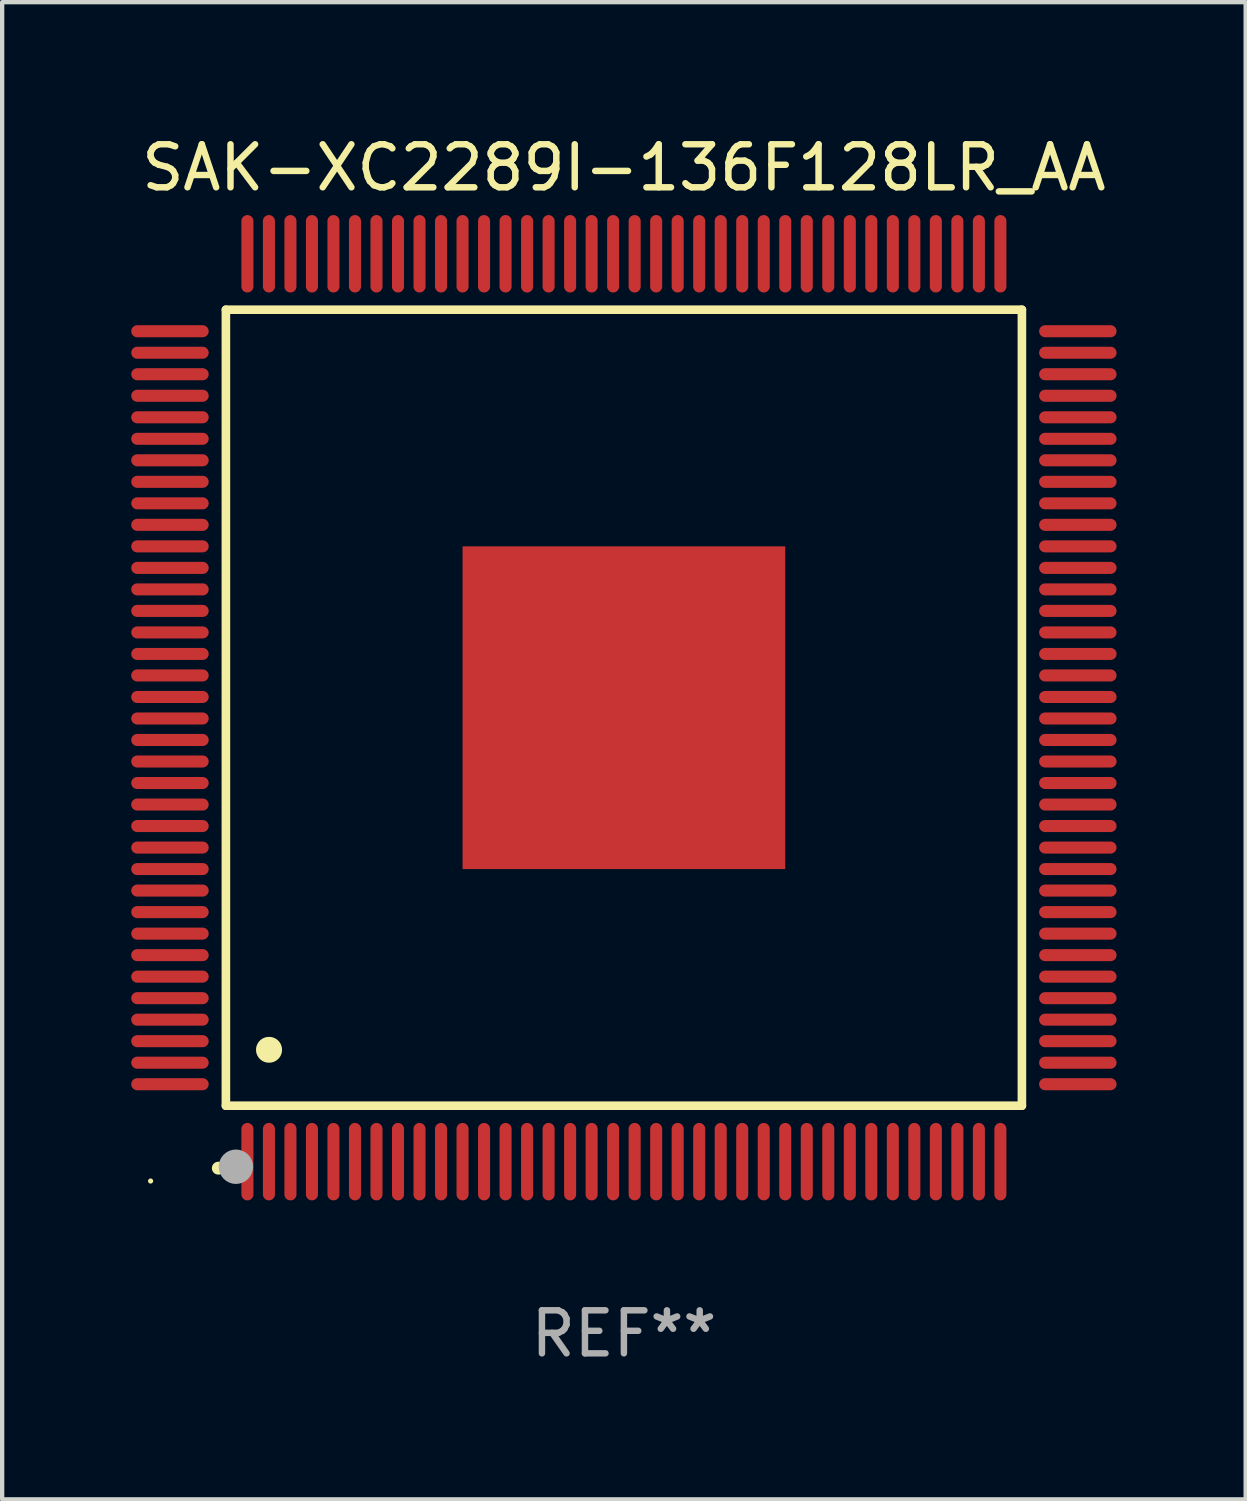
<source format=kicad_pcb>
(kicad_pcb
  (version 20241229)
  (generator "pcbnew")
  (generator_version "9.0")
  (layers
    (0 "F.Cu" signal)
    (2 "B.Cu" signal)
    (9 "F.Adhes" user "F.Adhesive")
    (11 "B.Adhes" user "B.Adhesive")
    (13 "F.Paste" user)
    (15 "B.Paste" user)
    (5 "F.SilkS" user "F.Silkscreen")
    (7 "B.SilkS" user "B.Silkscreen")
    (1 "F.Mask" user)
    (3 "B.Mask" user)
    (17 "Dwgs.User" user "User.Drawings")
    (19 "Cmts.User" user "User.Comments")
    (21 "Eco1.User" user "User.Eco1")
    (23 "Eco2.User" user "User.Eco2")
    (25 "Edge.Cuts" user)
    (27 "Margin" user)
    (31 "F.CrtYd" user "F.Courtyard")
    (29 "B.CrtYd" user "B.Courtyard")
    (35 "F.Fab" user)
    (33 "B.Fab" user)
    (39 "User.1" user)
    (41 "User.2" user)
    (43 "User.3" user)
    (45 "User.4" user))
  (footprint "SAK-XC2289I-136F128LR_AA"
    (layer "F.Cu")
    (at 11.45 13.398)
    (property "Reference" "SAK-XC2289I-136F128LR_AA" (at 0 -12.55 0) (layer "F.SilkS") (effects (font (size 1 1) (thickness 0.15))))
    (attr through_hole)
    (fp_line (start -9.25 -9.25) (end 9.25 -9.25) (stroke (width 0.2) (type solid)) (layer "F.SilkS"))
    (fp_line (start -9.25 9.25) (end -9.25 -9.25) (stroke (width 0.2) (type solid)) (layer "F.SilkS"))
    (fp_line (start 9.25 -9.25) (end 9.25 9.25) (stroke (width 0.2) (type solid)) (layer "F.SilkS"))
    (fp_line (start 9.25 9.25) (end -9.25 9.25) (stroke (width 0.2) (type solid)) (layer "F.SilkS"))
    (fp_arc (start -9.425959 10.701041) (mid -9.424689 10.701036) (end -9.423419 10.701041) (stroke (width 0.3) (type solid)) (layer "F.SilkS"))
    (fp_arc (start -8.249936 7.950216) (mid -8.247396 7.950205) (end -8.244856 7.950216) (stroke (width 0.6) (type solid)) (layer "F.SilkS"))
    (fp_circle (center -11 11) (end -10.97 11) (stroke (width 0.06) (type solid)) (fill no) (layer "F.SilkS"))
    (fp_circle (center -9.017 10.668) (end -8.817 10.668) (stroke (width 0.4) (type solid)) (fill no) (layer "F.Fab"))
    (fp_text user "REF**" (at 0 14.55 0) (layer "F.Fab") (effects (font (size 1 1) (thickness 0.15))))
    (pad "1" smd oval (at -8.75 10.55 180) (size 0.28 1.8) (layers "F.Cu" "F.Mask" "F.Paste"))
    (pad "2" smd oval (at -8.25 10.55 180) (size 0.28 1.8) (layers "F.Cu" "F.Mask" "F.Paste"))
    (pad "3" smd oval (at -7.75 10.55 180) (size 0.28 1.8) (layers "F.Cu" "F.Mask" "F.Paste"))
    (pad "4" smd oval (at -7.25 10.55 180) (size 0.28 1.8) (layers "F.Cu" "F.Mask" "F.Paste"))
    (pad "5" smd oval (at -6.75 10.55 180) (size 0.28 1.8) (layers "F.Cu" "F.Mask" "F.Paste"))
    (pad "6" smd oval (at -6.25 10.55 180) (size 0.28 1.8) (layers "F.Cu" "F.Mask" "F.Paste"))
    (pad "7" smd oval (at -5.75 10.55 180) (size 0.28 1.8) (layers "F.Cu" "F.Mask" "F.Paste"))
    (pad "8" smd oval (at -5.25 10.55 180) (size 0.28 1.8) (layers "F.Cu" "F.Mask" "F.Paste"))
    (pad "9" smd oval (at -4.75 10.55 180) (size 0.28 1.8) (layers "F.Cu" "F.Mask" "F.Paste"))
    (pad "10" smd oval (at -4.25 10.55 180) (size 0.28 1.8) (layers "F.Cu" "F.Mask" "F.Paste"))
    (pad "11" smd oval (at -3.75 10.55 180) (size 0.28 1.8) (layers "F.Cu" "F.Mask" "F.Paste"))
    (pad "12" smd oval (at -3.25 10.55 180) (size 0.28 1.8) (layers "F.Cu" "F.Mask" "F.Paste"))
    (pad "13" smd oval (at -2.75 10.55 180) (size 0.28 1.8) (layers "F.Cu" "F.Mask" "F.Paste"))
    (pad "14" smd oval (at -2.25 10.55 180) (size 0.28 1.8) (layers "F.Cu" "F.Mask" "F.Paste"))
    (pad "15" smd oval (at -1.75 10.55 180) (size 0.28 1.8) (layers "F.Cu" "F.Mask" "F.Paste"))
    (pad "16" smd oval (at -1.25 10.55 180) (size 0.28 1.8) (layers "F.Cu" "F.Mask" "F.Paste"))
    (pad "17" smd oval (at -0.75 10.55 180) (size 0.28 1.8) (layers "F.Cu" "F.Mask" "F.Paste"))
    (pad "18" smd oval (at -0.25 10.55 180) (size 0.28 1.8) (layers "F.Cu" "F.Mask" "F.Paste"))
    (pad "19" smd oval (at 0.25 10.55 180) (size 0.28 1.8) (layers "F.Cu" "F.Mask" "F.Paste"))
    (pad "20" smd oval (at 0.75 10.55 180) (size 0.28 1.8) (layers "F.Cu" "F.Mask" "F.Paste"))
    (pad "21" smd oval (at 1.25 10.55 180) (size 0.28 1.8) (layers "F.Cu" "F.Mask" "F.Paste"))
    (pad "22" smd oval (at 1.75 10.55 180) (size 0.28 1.8) (layers "F.Cu" "F.Mask" "F.Paste"))
    (pad "23" smd oval (at 2.25 10.55 180) (size 0.28 1.8) (layers "F.Cu" "F.Mask" "F.Paste"))
    (pad "24" smd oval (at 2.75 10.55 180) (size 0.28 1.8) (layers "F.Cu" "F.Mask" "F.Paste"))
    (pad "25" smd oval (at 3.25 10.55 180) (size 0.28 1.8) (layers "F.Cu" "F.Mask" "F.Paste"))
    (pad "26" smd oval (at 3.75 10.55 180) (size 0.28 1.8) (layers "F.Cu" "F.Mask" "F.Paste"))
    (pad "27" smd oval (at 4.25 10.55 180) (size 0.28 1.8) (layers "F.Cu" "F.Mask" "F.Paste"))
    (pad "28" smd oval (at 4.75 10.55 180) (size 0.28 1.8) (layers "F.Cu" "F.Mask" "F.Paste"))
    (pad "29" smd oval (at 5.25 10.55 180) (size 0.28 1.8) (layers "F.Cu" "F.Mask" "F.Paste"))
    (pad "30" smd oval (at 5.75 10.55 180) (size 0.28 1.8) (layers "F.Cu" "F.Mask" "F.Paste"))
    (pad "31" smd oval (at 6.25 10.55 180) (size 0.28 1.8) (layers "F.Cu" "F.Mask" "F.Paste"))
    (pad "32" smd oval (at 6.75 10.55 180) (size 0.28 1.8) (layers "F.Cu" "F.Mask" "F.Paste"))
    (pad "33" smd oval (at 7.25 10.55 180) (size 0.28 1.8) (layers "F.Cu" "F.Mask" "F.Paste"))
    (pad "34" smd oval (at 7.75 10.55 180) (size 0.28 1.8) (layers "F.Cu" "F.Mask" "F.Paste"))
    (pad "35" smd oval (at 8.25 10.55 180) (size 0.28 1.8) (layers "F.Cu" "F.Mask" "F.Paste"))
    (pad "36" smd oval (at 8.75 10.55 180) (size 0.28 1.8) (layers "F.Cu" "F.Mask" "F.Paste"))
    (pad "37" smd oval (at 10.55 8.75 90) (size 0.28 1.8) (layers "F.Cu" "F.Mask" "F.Paste"))
    (pad "38" smd oval (at 10.55 8.25 90) (size 0.28 1.8) (layers "F.Cu" "F.Mask" "F.Paste"))
    (pad "39" smd oval (at 10.55 7.75 90) (size 0.28 1.8) (layers "F.Cu" "F.Mask" "F.Paste"))
    (pad "40" smd oval (at 10.55 7.25 90) (size 0.28 1.8) (layers "F.Cu" "F.Mask" "F.Paste"))
    (pad "41" smd oval (at 10.55 6.75 90) (size 0.28 1.8) (layers "F.Cu" "F.Mask" "F.Paste"))
    (pad "42" smd oval (at 10.55 6.25 90) (size 0.28 1.8) (layers "F.Cu" "F.Mask" "F.Paste"))
    (pad "43" smd oval (at 10.55 5.75 90) (size 0.28 1.8) (layers "F.Cu" "F.Mask" "F.Paste"))
    (pad "44" smd oval (at 10.55 5.25 90) (size 0.28 1.8) (layers "F.Cu" "F.Mask" "F.Paste"))
    (pad "45" smd oval (at 10.55 4.75 90) (size 0.28 1.8) (layers "F.Cu" "F.Mask" "F.Paste"))
    (pad "46" smd oval (at 10.55 4.25 90) (size 0.28 1.8) (layers "F.Cu" "F.Mask" "F.Paste"))
    (pad "47" smd oval (at 10.55 3.75 90) (size 0.28 1.8) (layers "F.Cu" "F.Mask" "F.Paste"))
    (pad "48" smd oval (at 10.55 3.25 90) (size 0.28 1.8) (layers "F.Cu" "F.Mask" "F.Paste"))
    (pad "49" smd oval (at 10.55 2.75 90) (size 0.28 1.8) (layers "F.Cu" "F.Mask" "F.Paste"))
    (pad "50" smd oval (at 10.55 2.25 90) (size 0.28 1.8) (layers "F.Cu" "F.Mask" "F.Paste"))
    (pad "51" smd oval (at 10.55 1.75 90) (size 0.28 1.8) (layers "F.Cu" "F.Mask" "F.Paste"))
    (pad "52" smd oval (at 10.55 1.25 90) (size 0.28 1.8) (layers "F.Cu" "F.Mask" "F.Paste"))
    (pad "53" smd oval (at 10.55 0.75 90) (size 0.28 1.8) (layers "F.Cu" "F.Mask" "F.Paste"))
    (pad "54" smd oval (at 10.55 0.25 90) (size 0.28 1.8) (layers "F.Cu" "F.Mask" "F.Paste"))
    (pad "55" smd oval (at 10.55 -0.25 90) (size 0.28 1.8) (layers "F.Cu" "F.Mask" "F.Paste"))
    (pad "56" smd oval (at 10.55 -0.75 90) (size 0.28 1.8) (layers "F.Cu" "F.Mask" "F.Paste"))
    (pad "57" smd oval (at 10.55 -1.25 90) (size 0.28 1.8) (layers "F.Cu" "F.Mask" "F.Paste"))
    (pad "58" smd oval (at 10.55 -1.75 90) (size 0.28 1.8) (layers "F.Cu" "F.Mask" "F.Paste"))
    (pad "59" smd oval (at 10.55 -2.25 90) (size 0.28 1.8) (layers "F.Cu" "F.Mask" "F.Paste"))
    (pad "60" smd oval (at 10.55 -2.75 90) (size 0.28 1.8) (layers "F.Cu" "F.Mask" "F.Paste"))
    (pad "61" smd oval (at 10.55 -3.25 90) (size 0.28 1.8) (layers "F.Cu" "F.Mask" "F.Paste"))
    (pad "62" smd oval (at 10.55 -3.75 90) (size 0.28 1.8) (layers "F.Cu" "F.Mask" "F.Paste"))
    (pad "63" smd oval (at 10.55 -4.25 90) (size 0.28 1.8) (layers "F.Cu" "F.Mask" "F.Paste"))
    (pad "64" smd oval (at 10.55 -4.75 90) (size 0.28 1.8) (layers "F.Cu" "F.Mask" "F.Paste"))
    (pad "65" smd oval (at 10.55 -5.25 90) (size 0.28 1.8) (layers "F.Cu" "F.Mask" "F.Paste"))
    (pad "66" smd oval (at 10.55 -5.75 90) (size 0.28 1.8) (layers "F.Cu" "F.Mask" "F.Paste"))
    (pad "67" smd oval (at 10.55 -6.25 90) (size 0.28 1.8) (layers "F.Cu" "F.Mask" "F.Paste"))
    (pad "68" smd oval (at 10.55 -6.75 90) (size 0.28 1.8) (layers "F.Cu" "F.Mask" "F.Paste"))
    (pad "69" smd oval (at 10.55 -7.25 90) (size 0.28 1.8) (layers "F.Cu" "F.Mask" "F.Paste"))
    (pad "70" smd oval (at 10.55 -7.75 90) (size 0.28 1.8) (layers "F.Cu" "F.Mask" "F.Paste"))
    (pad "71" smd oval (at 10.55 -8.25 90) (size 0.28 1.8) (layers "F.Cu" "F.Mask" "F.Paste"))
    (pad "72" smd oval (at 10.55 -8.75 90) (size 0.28 1.8) (layers "F.Cu" "F.Mask" "F.Paste"))
    (pad "73" smd oval (at 8.75 -10.55 180) (size 0.28 1.8) (layers "F.Cu" "F.Mask" "F.Paste"))
    (pad "74" smd oval (at 8.25 -10.55 180) (size 0.28 1.8) (layers "F.Cu" "F.Mask" "F.Paste"))
    (pad "75" smd oval (at 7.75 -10.55 180) (size 0.28 1.8) (layers "F.Cu" "F.Mask" "F.Paste"))
    (pad "76" smd oval (at 7.25 -10.55 180) (size 0.28 1.8) (layers "F.Cu" "F.Mask" "F.Paste"))
    (pad "77" smd oval (at 6.75 -10.55 180) (size 0.28 1.8) (layers "F.Cu" "F.Mask" "F.Paste"))
    (pad "78" smd oval (at 6.25 -10.55 180) (size 0.28 1.8) (layers "F.Cu" "F.Mask" "F.Paste"))
    (pad "79" smd oval (at 5.75 -10.55 180) (size 0.28 1.8) (layers "F.Cu" "F.Mask" "F.Paste"))
    (pad "80" smd oval (at 5.25 -10.55 180) (size 0.28 1.8) (layers "F.Cu" "F.Mask" "F.Paste"))
    (pad "81" smd oval (at 4.75 -10.55 180) (size 0.28 1.8) (layers "F.Cu" "F.Mask" "F.Paste"))
    (pad "82" smd oval (at 4.25 -10.55 180) (size 0.28 1.8) (layers "F.Cu" "F.Mask" "F.Paste"))
    (pad "83" smd oval (at 3.75 -10.55 180) (size 0.28 1.8) (layers "F.Cu" "F.Mask" "F.Paste"))
    (pad "84" smd oval (at 3.25 -10.55 180) (size 0.28 1.8) (layers "F.Cu" "F.Mask" "F.Paste"))
    (pad "85" smd oval (at 2.75 -10.55 180) (size 0.28 1.8) (layers "F.Cu" "F.Mask" "F.Paste"))
    (pad "86" smd oval (at 2.25 -10.55 180) (size 0.28 1.8) (layers "F.Cu" "F.Mask" "F.Paste"))
    (pad "87" smd oval (at 1.75 -10.55 180) (size 0.28 1.8) (layers "F.Cu" "F.Mask" "F.Paste"))
    (pad "88" smd oval (at 1.25 -10.55 180) (size 0.28 1.8) (layers "F.Cu" "F.Mask" "F.Paste"))
    (pad "89" smd oval (at 0.75 -10.55 180) (size 0.28 1.8) (layers "F.Cu" "F.Mask" "F.Paste"))
    (pad "90" smd oval (at 0.25 -10.55 180) (size 0.28 1.8) (layers "F.Cu" "F.Mask" "F.Paste"))
    (pad "91" smd oval (at -0.25 -10.55 180) (size 0.28 1.8) (layers "F.Cu" "F.Mask" "F.Paste"))
    (pad "92" smd oval (at -0.75 -10.55 180) (size 0.28 1.8) (layers "F.Cu" "F.Mask" "F.Paste"))
    (pad "93" smd oval (at -1.25 -10.55 180) (size 0.28 1.8) (layers "F.Cu" "F.Mask" "F.Paste"))
    (pad "94" smd oval (at -1.75 -10.55 180) (size 0.28 1.8) (layers "F.Cu" "F.Mask" "F.Paste"))
    (pad "95" smd oval (at -2.25 -10.55 180) (size 0.28 1.8) (layers "F.Cu" "F.Mask" "F.Paste"))
    (pad "96" smd oval (at -2.75 -10.55 180) (size 0.28 1.8) (layers "F.Cu" "F.Mask" "F.Paste"))
    (pad "97" smd oval (at -3.25 -10.55 180) (size 0.28 1.8) (layers "F.Cu" "F.Mask" "F.Paste"))
    (pad "98" smd oval (at -3.75 -10.55 180) (size 0.28 1.8) (layers "F.Cu" "F.Mask" "F.Paste"))
    (pad "99" smd oval (at -4.25 -10.55 180) (size 0.28 1.8) (layers "F.Cu" "F.Mask" "F.Paste"))
    (pad "100" smd oval (at -4.75 -10.55 180) (size 0.28 1.8) (layers "F.Cu" "F.Mask" "F.Paste"))
    (pad "101" smd oval (at -5.25 -10.55 180) (size 0.28 1.8) (layers "F.Cu" "F.Mask" "F.Paste"))
    (pad "102" smd oval (at -5.75 -10.55 180) (size 0.28 1.8) (layers "F.Cu" "F.Mask" "F.Paste"))
    (pad "103" smd oval (at -6.25 -10.55 180) (size 0.28 1.8) (layers "F.Cu" "F.Mask" "F.Paste"))
    (pad "104" smd oval (at -6.75 -10.55 180) (size 0.28 1.8) (layers "F.Cu" "F.Mask" "F.Paste"))
    (pad "105" smd oval (at -7.25 -10.55 180) (size 0.28 1.8) (layers "F.Cu" "F.Mask" "F.Paste"))
    (pad "106" smd oval (at -7.75 -10.55 180) (size 0.28 1.8) (layers "F.Cu" "F.Mask" "F.Paste"))
    (pad "107" smd oval (at -8.25 -10.55 180) (size 0.28 1.8) (layers "F.Cu" "F.Mask" "F.Paste"))
    (pad "108" smd oval (at -8.75 -10.55 180) (size 0.28 1.8) (layers "F.Cu" "F.Mask" "F.Paste"))
    (pad "109" smd oval (at -10.55 -8.75 90) (size 0.28 1.8) (layers "F.Cu" "F.Mask" "F.Paste"))
    (pad "110" smd oval (at -10.55 -8.25 90) (size 0.28 1.8) (layers "F.Cu" "F.Mask" "F.Paste"))
    (pad "111" smd oval (at -10.55 -7.75 90) (size 0.28 1.8) (layers "F.Cu" "F.Mask" "F.Paste"))
    (pad "112" smd oval (at -10.55 -7.25 90) (size 0.28 1.8) (layers "F.Cu" "F.Mask" "F.Paste"))
    (pad "113" smd oval (at -10.55 -6.75 90) (size 0.28 1.8) (layers "F.Cu" "F.Mask" "F.Paste"))
    (pad "114" smd oval (at -10.55 -6.25 90) (size 0.28 1.8) (layers "F.Cu" "F.Mask" "F.Paste"))
    (pad "115" smd oval (at -10.55 -5.75 90) (size 0.28 1.8) (layers "F.Cu" "F.Mask" "F.Paste"))
    (pad "116" smd oval (at -10.55 -5.25 90) (size 0.28 1.8) (layers "F.Cu" "F.Mask" "F.Paste"))
    (pad "117" smd oval (at -10.55 -4.75 90) (size 0.28 1.8) (layers "F.Cu" "F.Mask" "F.Paste"))
    (pad "118" smd oval (at -10.55 -4.25 90) (size 0.28 1.8) (layers "F.Cu" "F.Mask" "F.Paste"))
    (pad "119" smd oval (at -10.55 -3.75 90) (size 0.28 1.8) (layers "F.Cu" "F.Mask" "F.Paste"))
    (pad "120" smd oval (at -10.55 -3.25 90) (size 0.28 1.8) (layers "F.Cu" "F.Mask" "F.Paste"))
    (pad "121" smd oval (at -10.55 -2.75 90) (size 0.28 1.8) (layers "F.Cu" "F.Mask" "F.Paste"))
    (pad "122" smd oval (at -10.55 -2.25 90) (size 0.28 1.8) (layers "F.Cu" "F.Mask" "F.Paste"))
    (pad "123" smd oval (at -10.55 -1.75 90) (size 0.28 1.8) (layers "F.Cu" "F.Mask" "F.Paste"))
    (pad "124" smd oval (at -10.55 -1.25 90) (size 0.28 1.8) (layers "F.Cu" "F.Mask" "F.Paste"))
    (pad "125" smd oval (at -10.55 -0.75 90) (size 0.28 1.8) (layers "F.Cu" "F.Mask" "F.Paste"))
    (pad "126" smd oval (at -10.55 -0.25 90) (size 0.28 1.8) (layers "F.Cu" "F.Mask" "F.Paste"))
    (pad "127" smd oval (at -10.55 0.25 90) (size 0.28 1.8) (layers "F.Cu" "F.Mask" "F.Paste"))
    (pad "128" smd oval (at -10.55 0.75 90) (size 0.28 1.8) (layers "F.Cu" "F.Mask" "F.Paste"))
    (pad "129" smd oval (at -10.55 1.25 90) (size 0.28 1.8) (layers "F.Cu" "F.Mask" "F.Paste"))
    (pad "130" smd oval (at -10.55 1.75 90) (size 0.28 1.8) (layers "F.Cu" "F.Mask" "F.Paste"))
    (pad "131" smd oval (at -10.55 2.25 90) (size 0.28 1.8) (layers "F.Cu" "F.Mask" "F.Paste"))
    (pad "132" smd oval (at -10.55 2.75 90) (size 0.28 1.8) (layers "F.Cu" "F.Mask" "F.Paste"))
    (pad "133" smd oval (at -10.55 3.25 90) (size 0.28 1.8) (layers "F.Cu" "F.Mask" "F.Paste"))
    (pad "134" smd oval (at -10.55 3.75 90) (size 0.28 1.8) (layers "F.Cu" "F.Mask" "F.Paste"))
    (pad "135" smd oval (at -10.55 4.25 90) (size 0.28 1.8) (layers "F.Cu" "F.Mask" "F.Paste"))
    (pad "136" smd oval (at -10.55 4.75 90) (size 0.28 1.8) (layers "F.Cu" "F.Mask" "F.Paste"))
    (pad "137" smd oval (at -10.55 5.25 90) (size 0.28 1.8) (layers "F.Cu" "F.Mask" "F.Paste"))
    (pad "138" smd oval (at -10.55 5.75 90) (size 0.28 1.8) (layers "F.Cu" "F.Mask" "F.Paste"))
    (pad "139" smd oval (at -10.55 6.25 90) (size 0.28 1.8) (layers "F.Cu" "F.Mask" "F.Paste"))
    (pad "140" smd oval (at -10.55 6.75 90) (size 0.28 1.8) (layers "F.Cu" "F.Mask" "F.Paste"))
    (pad "141" smd oval (at -10.55 7.25 90) (size 0.28 1.8) (layers "F.Cu" "F.Mask" "F.Paste"))
    (pad "142" smd oval (at -10.55 7.75 90) (size 0.28 1.8) (layers "F.Cu" "F.Mask" "F.Paste"))
    (pad "143" smd oval (at -10.55 8.25 90) (size 0.28 1.8) (layers "F.Cu" "F.Mask" "F.Paste"))
    (pad "144" smd oval (at -10.55 8.75 90) (size 0.28 1.8) (layers "F.Cu" "F.Mask" "F.Paste"))
    (pad "145" smd rect (at 0 0 90) (size 7.5 7.5) (layers "F.Cu" "F.Mask" "F.Paste")))
  (gr_rect
    (start -3 -3)
    (end 25.9 31.796)
    (stroke (width 0.1) (type default))
    (fill no)
    (layer "Edge.Cuts")))
</source>
